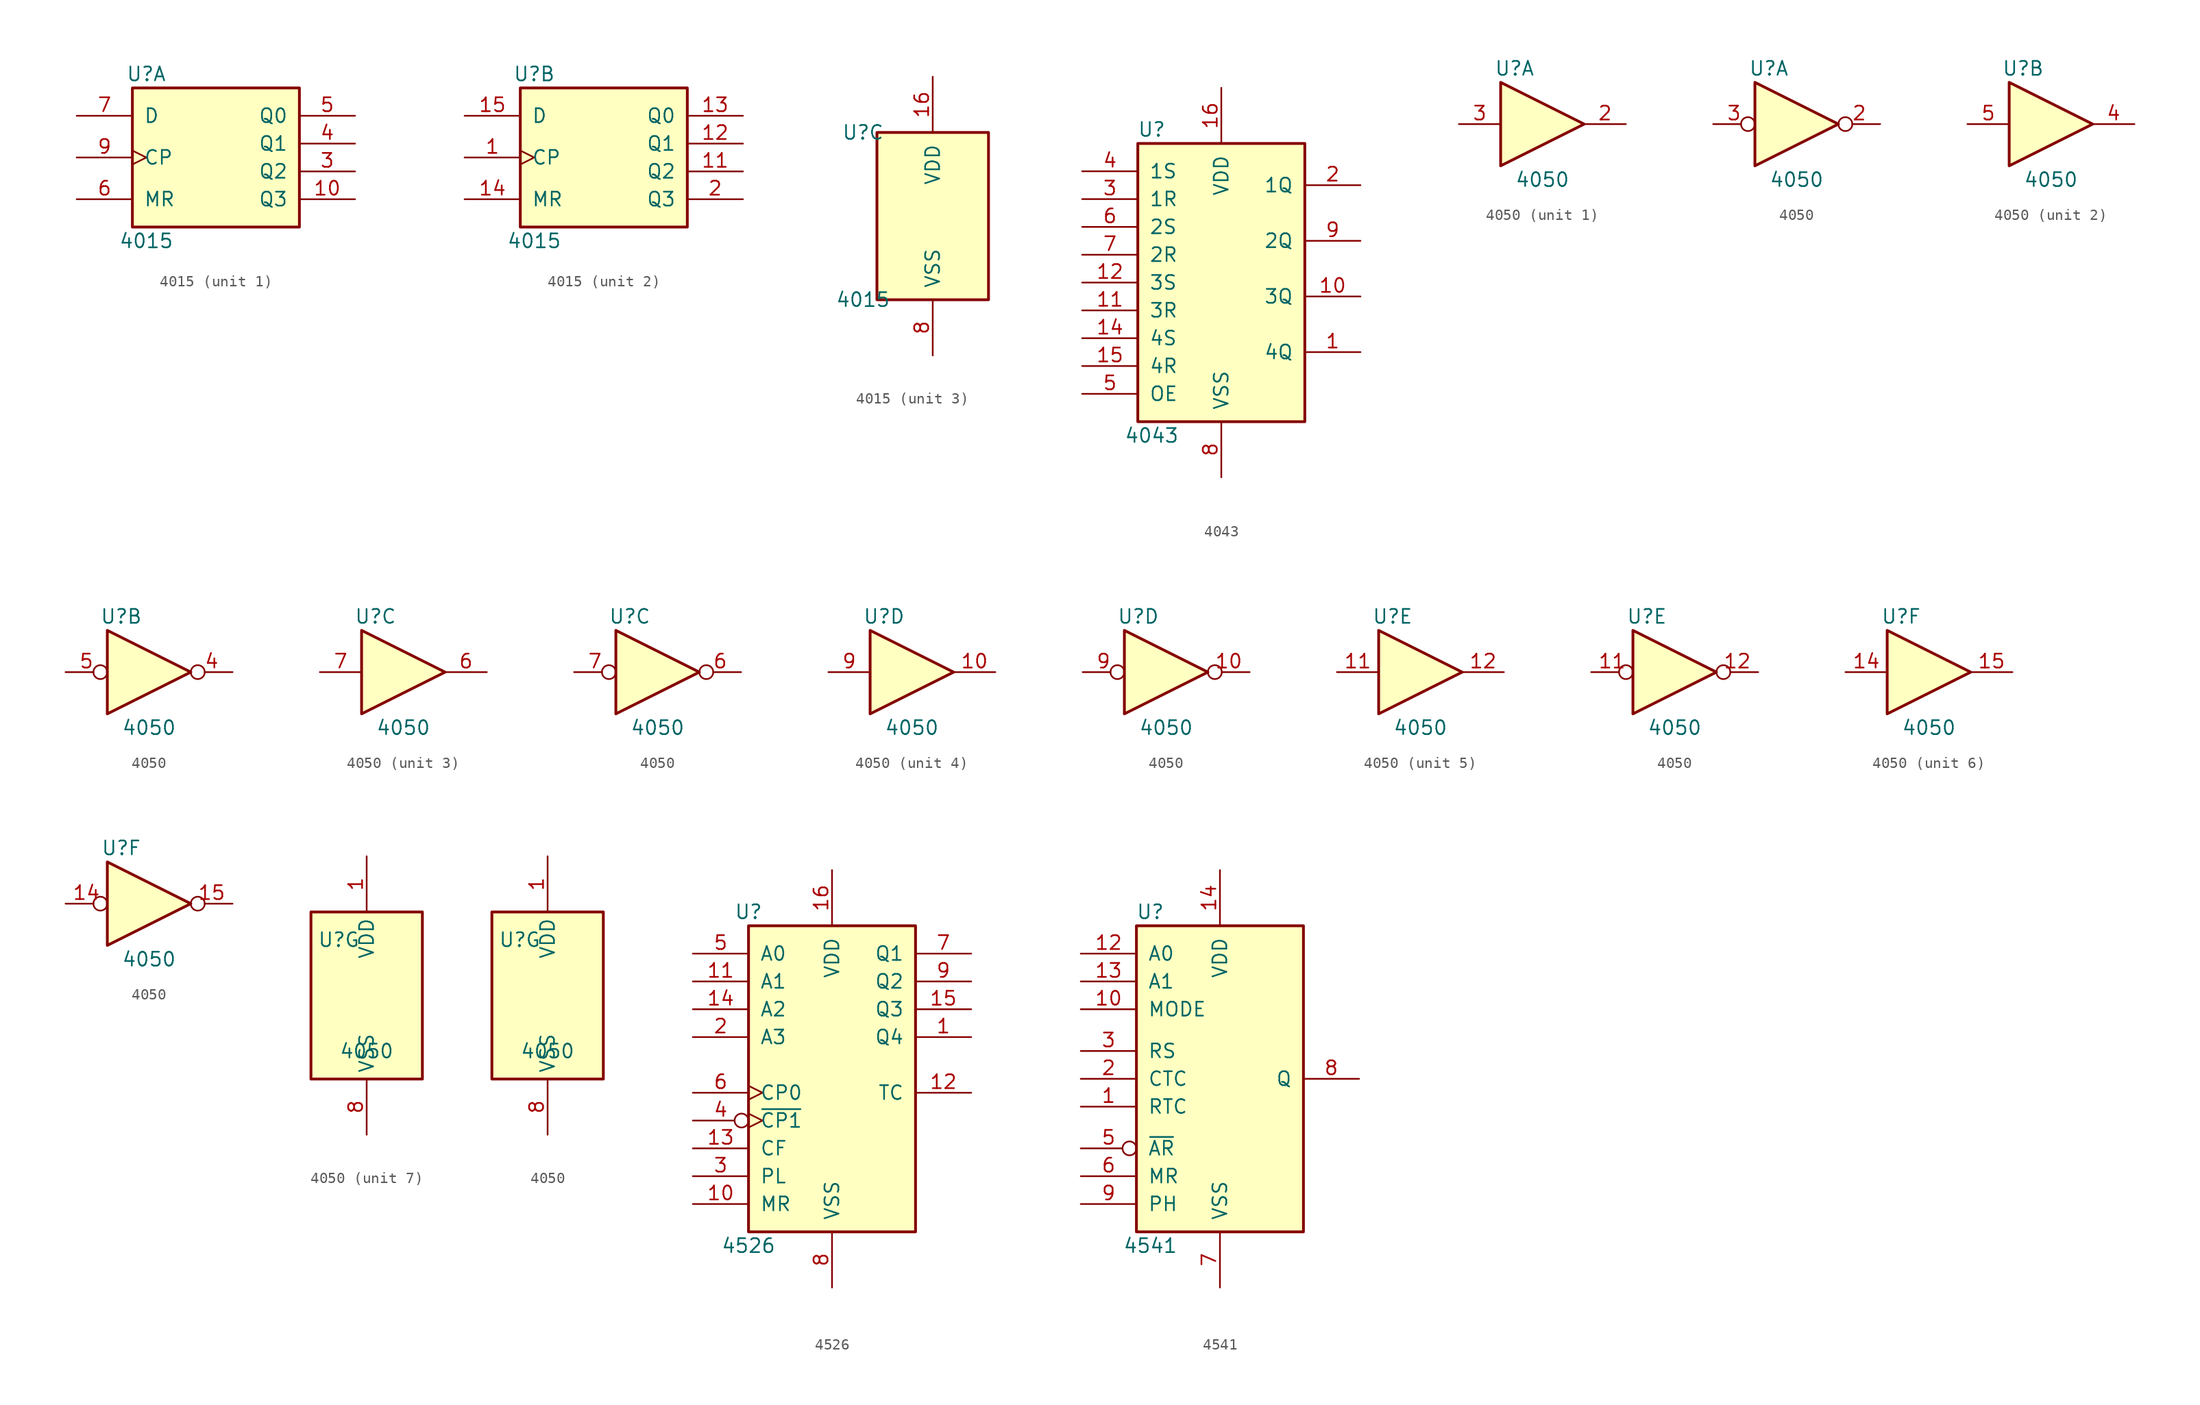
<source format=kicad_sym>
(kicad_symbol_lib
  (version 20211014)
  (generator kicad_symbol_editor)
  (symbol "4015"
    (pin_names
      (offset 1.016))
    (property "Reference" "U"
      (at -6.35 7.62 0)
      (effects (font (size 1.27 1.27))))
    (property "Value" "4015"
      (at -6.35 -7.62 0)
      (effects (font (size 1.27 1.27))))
    (property "ki_locked" ""
      (at 0 0 0)
      (effects (font (size 1.27 1.27))))
    (symbol "4015_1_0"
      (pin output line (at 12.7 -3.81 180) (length 5.08) (name "Q3" (effects (font (size 1.27 1.27)))) (number "10" (effects (font (size 1.27 1.27)))))
      (pin output line (at 12.7 -1.27 180) (length 5.08) (name "Q2" (effects (font (size 1.27 1.27)))) (number "3" (effects (font (size 1.27 1.27)))))
      (pin output line (at 12.7 1.27 180) (length 5.08) (name "Q1" (effects (font (size 1.27 1.27)))) (number "4" (effects (font (size 1.27 1.27)))))
      (pin output line (at 12.7 3.81 180) (length 5.08) (name "Q0" (effects (font (size 1.27 1.27)))) (number "5" (effects (font (size 1.27 1.27)))))
      (pin input line (at -12.7 -3.81 0) (length 5.08) (name "MR" (effects (font (size 1.27 1.27)))) (number "6" (effects (font (size 1.27 1.27)))))
      (pin input line (at -12.7 3.81 0) (length 5.08) (name "D" (effects (font (size 1.27 1.27)))) (number "7" (effects (font (size 1.27 1.27)))))
      (pin input clock (at -12.7 0 0) (length 5.08) (name "CP" (effects (font (size 1.27 1.27)))) (number "9" (effects (font (size 1.27 1.27))))))
    (symbol "4015_1_1"
      (rectangle (start -7.62 6.35) (end 7.62 -6.35) (stroke (width 0.254) (type default) (color 0 0 0 0)) (fill (type background))))
    (symbol "4015_2_0"
      (pin input clock (at -12.7 0 0) (length 5.08) (name "CP" (effects (font (size 1.27 1.27)))) (number "1" (effects (font (size 1.27 1.27)))))
      (pin output line (at 12.7 -1.27 180) (length 5.08) (name "Q2" (effects (font (size 1.27 1.27)))) (number "11" (effects (font (size 1.27 1.27)))))
      (pin output line (at 12.7 1.27 180) (length 5.08) (name "Q1" (effects (font (size 1.27 1.27)))) (number "12" (effects (font (size 1.27 1.27)))))
      (pin output line (at 12.7 3.81 180) (length 5.08) (name "Q0" (effects (font (size 1.27 1.27)))) (number "13" (effects (font (size 1.27 1.27)))))
      (pin input line (at -12.7 -3.81 0) (length 5.08) (name "MR" (effects (font (size 1.27 1.27)))) (number "14" (effects (font (size 1.27 1.27)))))
      (pin input line (at -12.7 3.81 0) (length 5.08) (name "D" (effects (font (size 1.27 1.27)))) (number "15" (effects (font (size 1.27 1.27)))))
      (pin output line (at 12.7 -3.81 180) (length 5.08) (name "Q3" (effects (font (size 1.27 1.27)))) (number "2" (effects (font (size 1.27 1.27))))))
    (symbol "4015_2_1"
      (rectangle (start -7.62 6.35) (end 7.62 -6.35) (stroke (width 0.254) (type default) (color 0 0 0 0)) (fill (type background))))
    (symbol "4015_3_0"
      (pin power_in line (at 0 12.7 270) (length 5.08) (name "VDD" (effects (font (size 1.27 1.27)))) (number "16" (effects (font (size 1.27 1.27)))))
      (pin power_in line (at 0 -12.7 90) (length 5.08) (name "VSS" (effects (font (size 1.27 1.27)))) (number "8" (effects (font (size 1.27 1.27))))))
    (symbol "4015_3_1"
      (rectangle (start -5.08 7.62) (end 5.08 -7.62) (stroke (width 0.254) (type default) (color 0 0 0 0)) (fill (type background)))))
  (symbol "4043"
    (pin_names
      (offset 1.016))
    (property "Reference" "U"
      (at -6.35 13.97 0)
      (effects (font (size 1.27 1.27))))
    (property "Value" "4043"
      (at -6.35 -13.97 0)
      (effects (font (size 1.27 1.27))))
    (symbol "4043_1_0"
      (pin tri_state line (at 12.7 -6.35 180) (length 5.08) (name "4Q" (effects (font (size 1.27 1.27)))) (number "1" (effects (font (size 1.27 1.27)))))
      (pin tri_state line (at 12.7 -1.27 180) (length 5.08) (name "3Q" (effects (font (size 1.27 1.27)))) (number "10" (effects (font (size 1.27 1.27)))))
      (pin input line (at -12.7 -2.54 0) (length 5.08) (name "3R" (effects (font (size 1.27 1.27)))) (number "11" (effects (font (size 1.27 1.27)))))
      (pin input line (at -12.7 0 0) (length 5.08) (name "3S" (effects (font (size 1.27 1.27)))) (number "12" (effects (font (size 1.27 1.27)))))
      (pin input line (at -12.7 -5.08 0) (length 5.08) (name "4S" (effects (font (size 1.27 1.27)))) (number "14" (effects (font (size 1.27 1.27)))))
      (pin input line (at -12.7 -7.62 0) (length 5.08) (name "4R" (effects (font (size 1.27 1.27)))) (number "15" (effects (font (size 1.27 1.27)))))
      (pin power_in line (at 0 17.78 270) (length 5.08) (name "VDD" (effects (font (size 1.27 1.27)))) (number "16" (effects (font (size 1.27 1.27)))))
      (pin tri_state line (at 12.7 8.89 180) (length 5.08) (name "1Q" (effects (font (size 1.27 1.27)))) (number "2" (effects (font (size 1.27 1.27)))))
      (pin input line (at -12.7 7.62 0) (length 5.08) (name "1R" (effects (font (size 1.27 1.27)))) (number "3" (effects (font (size 1.27 1.27)))))
      (pin input line (at -12.7 10.16 0) (length 5.08) (name "1S" (effects (font (size 1.27 1.27)))) (number "4" (effects (font (size 1.27 1.27)))))
      (pin input line (at -12.7 -10.16 0) (length 5.08) (name "OE" (effects (font (size 1.27 1.27)))) (number "5" (effects (font (size 1.27 1.27)))))
      (pin input line (at -12.7 5.08 0) (length 5.08) (name "2S" (effects (font (size 1.27 1.27)))) (number "6" (effects (font (size 1.27 1.27)))))
      (pin input line (at -12.7 2.54 0) (length 5.08) (name "2R" (effects (font (size 1.27 1.27)))) (number "7" (effects (font (size 1.27 1.27)))))
      (pin power_in line (at 0 -17.78 90) (length 5.08) (name "VSS" (effects (font (size 1.27 1.27)))) (number "8" (effects (font (size 1.27 1.27)))))
      (pin tri_state line (at 12.7 3.81 180) (length 5.08) (name "2Q" (effects (font (size 1.27 1.27)))) (number "9" (effects (font (size 1.27 1.27))))))
    (symbol "4043_1_1"
      (rectangle (start -7.62 12.7) (end 7.62 -12.7) (stroke (width 0.254) (type default) (color 0 0 0 0)) (fill (type background)))))
  (symbol "4050"
    (property "Reference" "U"
      (at -2.54 5.08 0)
      (effects (font (size 1.27 1.27))))
    (property "Value" "4050"
      (at 0 -5.08 0)
      (effects (font (size 1.27 1.27))))
    (property "ki_locked" ""
      (at 0 0 0)
      (effects (font (size 1.27 1.27))))
    (symbol "4050_1_0"
      (polyline (pts (xy -3.81 3.81) (xy -3.81 -3.81) (xy 3.81 0) (xy -3.81 3.81)) (stroke (width 0.254) (type default) (color 0 0 0 0)) (fill (type background))))
    (symbol "4050_1_1"
      (pin output line (at 7.62 0 180) (length 3.81) (name "~" (effects (font (size 1.27 1.27)))) (number "2" (effects (font (size 1.27 1.27)))))
      (pin input line (at -7.62 0 0) (length 3.81) (name "~" (effects (font (size 1.27 1.27)))) (number "3" (effects (font (size 1.27 1.27))))))
    (symbol "4050_1_2"
      (pin output inverted (at 7.62 0 180) (length 3.81) (name "~" (effects (font (size 1.27 1.27)))) (number "2" (effects (font (size 1.27 1.27)))))
      (pin input inverted (at -7.62 0 0) (length 3.81) (name "~" (effects (font (size 1.27 1.27)))) (number "3" (effects (font (size 1.27 1.27))))))
    (symbol "4050_2_0"
      (polyline (pts (xy -3.81 3.81) (xy -3.81 -3.81) (xy 3.81 0) (xy -3.81 3.81)) (stroke (width 0.254) (type default) (color 0 0 0 0)) (fill (type background))))
    (symbol "4050_2_1"
      (pin output line (at 7.62 0 180) (length 3.81) (name "~" (effects (font (size 1.27 1.27)))) (number "4" (effects (font (size 1.27 1.27)))))
      (pin input line (at -7.62 0 0) (length 3.81) (name "~" (effects (font (size 1.27 1.27)))) (number "5" (effects (font (size 1.27 1.27))))))
    (symbol "4050_2_2"
      (pin output inverted (at 7.62 0 180) (length 3.81) (name "~" (effects (font (size 1.27 1.27)))) (number "4" (effects (font (size 1.27 1.27)))))
      (pin input inverted (at -7.62 0 0) (length 3.81) (name "~" (effects (font (size 1.27 1.27)))) (number "5" (effects (font (size 1.27 1.27))))))
    (symbol "4050_3_0"
      (polyline (pts (xy -3.81 3.81) (xy -3.81 -3.81) (xy 3.81 0) (xy -3.81 3.81)) (stroke (width 0.254) (type default) (color 0 0 0 0)) (fill (type background))))
    (symbol "4050_3_1"
      (pin output line (at 7.62 0 180) (length 3.81) (name "~" (effects (font (size 1.27 1.27)))) (number "6" (effects (font (size 1.27 1.27)))))
      (pin input line (at -7.62 0 0) (length 3.81) (name "~" (effects (font (size 1.27 1.27)))) (number "7" (effects (font (size 1.27 1.27))))))
    (symbol "4050_3_2"
      (pin output inverted (at 7.62 0 180) (length 3.81) (name "~" (effects (font (size 1.27 1.27)))) (number "6" (effects (font (size 1.27 1.27)))))
      (pin input inverted (at -7.62 0 0) (length 3.81) (name "~" (effects (font (size 1.27 1.27)))) (number "7" (effects (font (size 1.27 1.27))))))
    (symbol "4050_4_0"
      (polyline (pts (xy -3.81 3.81) (xy -3.81 -3.81) (xy 3.81 0) (xy -3.81 3.81)) (stroke (width 0.254) (type default) (color 0 0 0 0)) (fill (type background))))
    (symbol "4050_4_1"
      (pin output line (at 7.62 0 180) (length 3.81) (name "~" (effects (font (size 1.27 1.27)))) (number "10" (effects (font (size 1.27 1.27)))))
      (pin input line (at -7.62 0 0) (length 3.81) (name "~" (effects (font (size 1.27 1.27)))) (number "9" (effects (font (size 1.27 1.27))))))
    (symbol "4050_4_2"
      (pin output inverted (at 7.62 0 180) (length 3.81) (name "~" (effects (font (size 1.27 1.27)))) (number "10" (effects (font (size 1.27 1.27)))))
      (pin input inverted (at -7.62 0 0) (length 3.81) (name "~" (effects (font (size 1.27 1.27)))) (number "9" (effects (font (size 1.27 1.27))))))
    (symbol "4050_5_0"
      (polyline (pts (xy -3.81 3.81) (xy -3.81 -3.81) (xy 3.81 0) (xy -3.81 3.81)) (stroke (width 0.254) (type default) (color 0 0 0 0)) (fill (type background))))
    (symbol "4050_5_1"
      (pin input line (at -7.62 0 0) (length 3.81) (name "~" (effects (font (size 1.27 1.27)))) (number "11" (effects (font (size 1.27 1.27)))))
      (pin output line (at 7.62 0 180) (length 3.81) (name "~" (effects (font (size 1.27 1.27)))) (number "12" (effects (font (size 1.27 1.27))))))
    (symbol "4050_5_2"
      (pin input inverted (at -7.62 0 0) (length 3.81) (name "~" (effects (font (size 1.27 1.27)))) (number "11" (effects (font (size 1.27 1.27)))))
      (pin output inverted (at 7.62 0 180) (length 3.81) (name "~" (effects (font (size 1.27 1.27)))) (number "12" (effects (font (size 1.27 1.27))))))
    (symbol "4050_6_0"
      (polyline (pts (xy -3.81 3.81) (xy -3.81 -3.81) (xy 3.81 0) (xy -3.81 3.81)) (stroke (width 0.254) (type default) (color 0 0 0 0)) (fill (type background))))
    (symbol "4050_6_1"
      (pin input line (at -7.62 0 0) (length 3.81) (name "~" (effects (font (size 1.27 1.27)))) (number "14" (effects (font (size 1.27 1.27)))))
      (pin output line (at 7.62 0 180) (length 3.81) (name "~" (effects (font (size 1.27 1.27)))) (number "15" (effects (font (size 1.27 1.27))))))
    (symbol "4050_6_2"
      (pin input inverted (at -7.62 0 0) (length 3.81) (name "~" (effects (font (size 1.27 1.27)))) (number "14" (effects (font (size 1.27 1.27)))))
      (pin output inverted (at 7.62 0 180) (length 3.81) (name "~" (effects (font (size 1.27 1.27)))) (number "15" (effects (font (size 1.27 1.27))))))
    (symbol "4050_7_0"
      (pin power_in line (at 0 12.7 270) (length 5.08) (name "VDD" (effects (font (size 1.27 1.27)))) (number "1" (effects (font (size 1.27 1.27)))))
      (pin power_in line (at 0 -12.7 90) (length 5.08) (name "VSS" (effects (font (size 1.27 1.27)))) (number "8" (effects (font (size 1.27 1.27))))))
    (symbol "4050_7_1"
      (rectangle (start -5.08 7.62) (end 5.08 -7.62) (stroke (width 0.254) (type default) (color 0 0 0 0)) (fill (type background))))
    (symbol "4050_7_2"
      (rectangle (start -5.08 7.62) (end 5.08 -7.62) (stroke (width 0.254) (type default) (color 0 0 0 0)) (fill (type background)))))
  (symbol "4526"
    (pin_names
      (offset 1.016))
    (property "Reference" "U"
      (at -7.62 13.97 0)
      (effects (font (size 1.27 1.27))))
    (property "Value" "4526"
      (at -7.62 -16.51 0)
      (effects (font (size 1.27 1.27))))
    (symbol "4526_1_0"
      (pin output line (at 12.7 2.54 180) (length 5.08) (name "Q4" (effects (font (size 1.27 1.27)))) (number "1" (effects (font (size 1.27 1.27)))))
      (pin input line (at -12.7 -12.7 0) (length 5.08) (name "MR" (effects (font (size 1.27 1.27)))) (number "10" (effects (font (size 1.27 1.27)))))
      (pin input line (at -12.7 7.62 0) (length 5.08) (name "A1" (effects (font (size 1.27 1.27)))) (number "11" (effects (font (size 1.27 1.27)))))
      (pin output line (at 12.7 -2.54 180) (length 5.08) (name "TC" (effects (font (size 1.27 1.27)))) (number "12" (effects (font (size 1.27 1.27)))))
      (pin input line (at -12.7 -7.62 0) (length 5.08) (name "CF" (effects (font (size 1.27 1.27)))) (number "13" (effects (font (size 1.27 1.27)))))
      (pin input line (at -12.7 5.08 0) (length 5.08) (name "A2" (effects (font (size 1.27 1.27)))) (number "14" (effects (font (size 1.27 1.27)))))
      (pin output line (at 12.7 5.08 180) (length 5.08) (name "Q3" (effects (font (size 1.27 1.27)))) (number "15" (effects (font (size 1.27 1.27)))))
      (pin power_in line (at 0 17.78 270) (length 5.08) (name "VDD" (effects (font (size 1.27 1.27)))) (number "16" (effects (font (size 1.27 1.27)))))
      (pin input line (at -12.7 2.54 0) (length 5.08) (name "A3" (effects (font (size 1.27 1.27)))) (number "2" (effects (font (size 1.27 1.27)))))
      (pin input line (at -12.7 -10.16 0) (length 5.08) (name "PL" (effects (font (size 1.27 1.27)))) (number "3" (effects (font (size 1.27 1.27)))))
      (pin input inverted_clock (at -12.7 -5.08 0) (length 5.08) (name "~{CP1}" (effects (font (size 1.27 1.27)))) (number "4" (effects (font (size 1.27 1.27)))))
      (pin input line (at -12.7 10.16 0) (length 5.08) (name "A0" (effects (font (size 1.27 1.27)))) (number "5" (effects (font (size 1.27 1.27)))))
      (pin input clock (at -12.7 -2.54 0) (length 5.08) (name "CP0" (effects (font (size 1.27 1.27)))) (number "6" (effects (font (size 1.27 1.27)))))
      (pin output line (at 12.7 10.16 180) (length 5.08) (name "Q1" (effects (font (size 1.27 1.27)))) (number "7" (effects (font (size 1.27 1.27)))))
      (pin power_in line (at 0 -20.32 90) (length 5.08) (name "VSS" (effects (font (size 1.27 1.27)))) (number "8" (effects (font (size 1.27 1.27)))))
      (pin output line (at 12.7 7.62 180) (length 5.08) (name "Q2" (effects (font (size 1.27 1.27)))) (number "9" (effects (font (size 1.27 1.27))))))
    (symbol "4526_1_1"
      (rectangle (start -7.62 12.7) (end 7.62 -15.24) (stroke (width 0.254) (type default) (color 0 0 0 0)) (fill (type background)))))
  (symbol "4541"
    (pin_names
      (offset 1.016))
    (property "Reference" "U"
      (at -6.35 15.24 0)
      (effects (font (size 1.27 1.27))))
    (property "Value" "4541"
      (at -6.35 -15.24 0)
      (effects (font (size 1.27 1.27))))
    (symbol "4541_1_0"
      (pin output line (at -12.7 -2.54 0) (length 5.08) (name "RTC" (effects (font (size 1.27 1.27)))) (number "1" (effects (font (size 1.27 1.27)))))
      (pin input line (at -12.7 6.35 0) (length 5.08) (name "MODE" (effects (font (size 1.27 1.27)))) (number "10" (effects (font (size 1.27 1.27)))))
      (pin input line (at -12.7 11.43 0) (length 5.08) (name "A0" (effects (font (size 1.27 1.27)))) (number "12" (effects (font (size 1.27 1.27)))))
      (pin input line (at -12.7 8.89 0) (length 5.08) (name "A1" (effects (font (size 1.27 1.27)))) (number "13" (effects (font (size 1.27 1.27)))))
      (pin power_in line (at 0 19.05 270) (length 5.08) (name "VDD" (effects (font (size 1.27 1.27)))) (number "14" (effects (font (size 1.27 1.27)))))
      (pin output line (at -12.7 0 0) (length 5.08) (name "CTC" (effects (font (size 1.27 1.27)))) (number "2" (effects (font (size 1.27 1.27)))))
      (pin input line (at -12.7 2.54 0) (length 5.08) (name "RS" (effects (font (size 1.27 1.27)))) (number "3" (effects (font (size 1.27 1.27)))))
      (pin input inverted (at -12.7 -6.35 0) (length 5.08) (name "~{AR}" (effects (font (size 1.27 1.27)))) (number "5" (effects (font (size 1.27 1.27)))))
      (pin input line (at -12.7 -8.89 0) (length 5.08) (name "MR" (effects (font (size 1.27 1.27)))) (number "6" (effects (font (size 1.27 1.27)))))
      (pin power_in line (at 0 -19.05 90) (length 5.08) (name "VSS" (effects (font (size 1.27 1.27)))) (number "7" (effects (font (size 1.27 1.27)))))
      (pin output line (at 12.7 0 180) (length 5.08) (name "Q" (effects (font (size 1.27 1.27)))) (number "8" (effects (font (size 1.27 1.27)))))
      (pin input line (at -12.7 -11.43 0) (length 5.08) (name "PH" (effects (font (size 1.27 1.27)))) (number "9" (effects (font (size 1.27 1.27))))))
    (symbol "4541_1_1"
      (rectangle (start -7.62 13.97) (end 7.62 -13.97) (stroke (width 0.254) (type default) (color 0 0 0 0)) (fill (type background))))))
</source>
